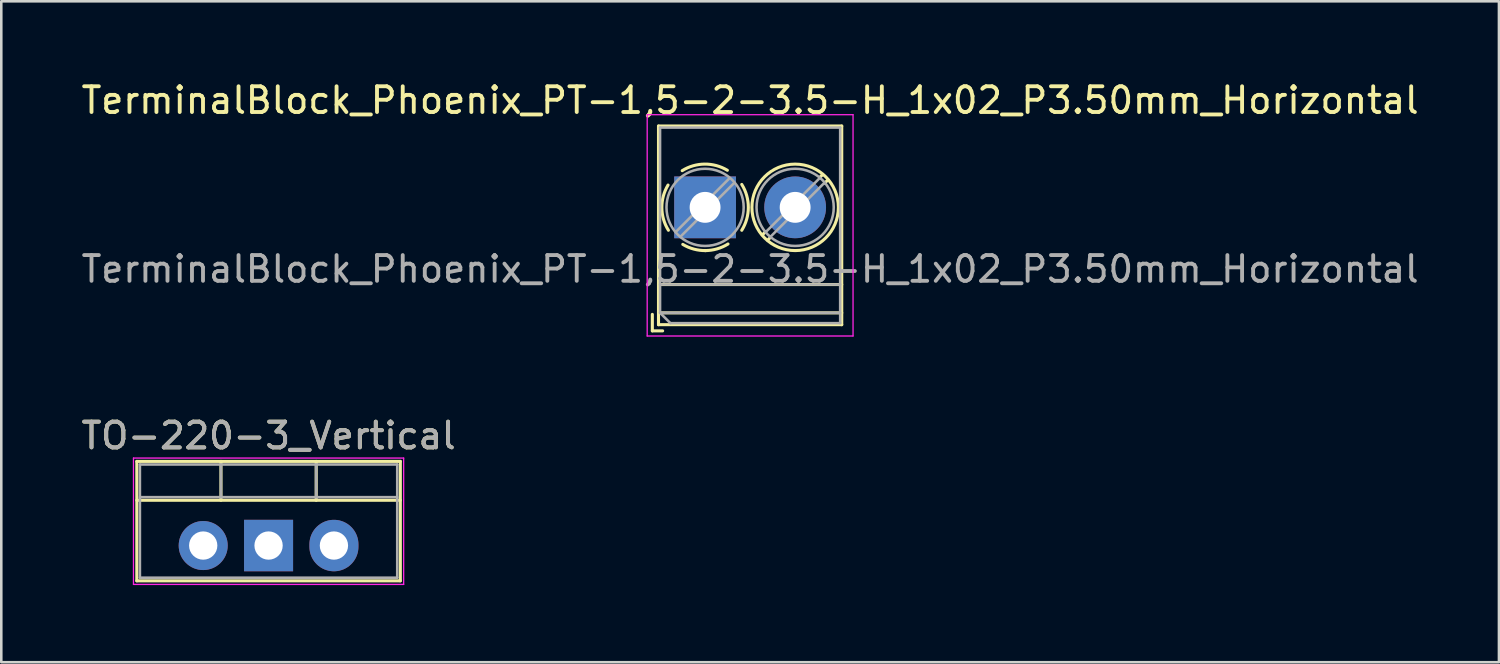
<source format=kicad_pcb>
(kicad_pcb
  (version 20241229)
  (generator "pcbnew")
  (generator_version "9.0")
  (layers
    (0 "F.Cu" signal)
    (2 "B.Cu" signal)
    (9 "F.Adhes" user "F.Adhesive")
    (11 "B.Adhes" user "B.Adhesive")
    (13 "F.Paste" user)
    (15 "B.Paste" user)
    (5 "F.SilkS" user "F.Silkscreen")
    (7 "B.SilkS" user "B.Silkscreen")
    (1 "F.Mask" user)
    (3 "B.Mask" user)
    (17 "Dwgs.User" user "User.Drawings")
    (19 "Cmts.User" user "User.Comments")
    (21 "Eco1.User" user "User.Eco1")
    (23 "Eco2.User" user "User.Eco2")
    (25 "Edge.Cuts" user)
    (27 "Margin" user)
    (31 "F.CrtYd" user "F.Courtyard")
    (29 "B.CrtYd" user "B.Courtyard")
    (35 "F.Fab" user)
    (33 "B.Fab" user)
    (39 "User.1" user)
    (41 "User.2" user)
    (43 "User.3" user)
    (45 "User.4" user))
  (footprint "TerminalBlock_Phoenix_PT-1,5-2-3.5-H_1x02_P3.50mm_Horizontal"
    (layer "F.Cu")
    (at 24.351 5.008)
    (property "Reference" "TerminalBlock_Phoenix_PT-1,5-2-3.5-H_1x02_P3.50mm_Horizontal" (at 1.75 -4.16 0) (layer "F.SilkS") (effects (font (size 1 1) (thickness 0.15))))
    (attr through_hole)
    (fp_line (start -2.05 4.16) (end -2.05 4.8) (stroke (width 0.12) (type solid)) (layer "F.SilkS"))
    (fp_line (start -2.05 4.8) (end -1.65 4.8) (stroke (width 0.12) (type solid)) (layer "F.SilkS"))
    (fp_line (start -1.81 -3.16) (end -1.81 4.56) (stroke (width 0.12) (type solid)) (layer "F.SilkS"))
    (fp_line (start -1.81 -3.16) (end 5.31 -3.16) (stroke (width 0.12) (type solid)) (layer "F.SilkS"))
    (fp_line (start -1.81 3) (end 5.31 3) (stroke (width 0.12) (type solid)) (layer "F.SilkS"))
    (fp_line (start -1.81 4.1) (end 5.31 4.1) (stroke (width 0.12) (type solid)) (layer "F.SilkS"))
    (fp_line (start -1.81 4.56) (end 5.31 4.56) (stroke (width 0.12) (type solid)) (layer "F.SilkS"))
    (fp_line (start 2.355 0.941) (end 2.226 1.069) (stroke (width 0.12) (type solid)) (layer "F.SilkS"))
    (fp_line (start 2.525 1.181) (end 2.431 1.274) (stroke (width 0.12) (type solid)) (layer "F.SilkS"))
    (fp_line (start 4.57 -1.275) (end 4.476 -1.181) (stroke (width 0.12) (type solid)) (layer "F.SilkS"))
    (fp_line (start 4.775 -1.069) (end 4.646 -0.941) (stroke (width 0.12) (type solid)) (layer "F.SilkS"))
    (fp_line (start 5.31 -3.16) (end 5.31 4.56) (stroke (width 0.12) (type solid)) (layer "F.SilkS"))
    (fp_arc (start -1.425358 0.889894) (mid -1.680286 0.014012) (end -1.44 -0.866) (stroke (width 0.12) (type solid)) (layer "F.SilkS"))
    (fp_arc (start -0.889894 -1.425358) (mid -0.014012 -1.680286) (end 0.866 -1.44) (stroke (width 0.12) (type solid)) (layer "F.SilkS"))
    (fp_arc (start 0.028674 1.680099) (mid -0.435535 1.622918) (end -0.866 1.44) (stroke (width 0.12) (type solid)) (layer "F.SilkS"))
    (fp_arc (start 0.890264 1.424721) (mid 0.463071 1.61492) (end 0 1.68) (stroke (width 0.12) (type solid)) (layer "F.SilkS"))
    (fp_arc (start 1.425504 -0.890193) (mid 1.680626 0.000476) (end 1.425 0.891) (stroke (width 0.12) (type solid)) (layer "F.SilkS"))
    (fp_circle (center 3.5 0) (end 5.18 0) (stroke (width 0.12) (type solid)) (fill no) (layer "F.SilkS"))
    (fp_line (start -2.25 -3.6) (end -2.25 5) (stroke (width 0.05) (type solid)) (layer "F.CrtYd"))
    (fp_line (start -2.25 5) (end 5.75 5) (stroke (width 0.05) (type solid)) (layer "F.CrtYd"))
    (fp_line (start 5.75 -3.6) (end -2.25 -3.6) (stroke (width 0.05) (type solid)) (layer "F.CrtYd"))
    (fp_line (start 5.75 5) (end 5.75 -3.6) (stroke (width 0.05) (type solid)) (layer "F.CrtYd"))
    (fp_line (start -1.75 -3.1) (end 5.25 -3.1) (stroke (width 0.1) (type solid)) (layer "F.Fab"))
    (fp_line (start -1.75 3) (end 5.25 3) (stroke (width 0.1) (type solid)) (layer "F.Fab"))
    (fp_line (start -1.75 4.1) (end -1.75 -3.1) (stroke (width 0.1) (type solid)) (layer "F.Fab"))
    (fp_line (start -1.75 4.1) (end 5.25 4.1) (stroke (width 0.1) (type solid)) (layer "F.Fab"))
    (fp_line (start -1.35 4.5) (end -1.75 4.1) (stroke (width 0.1) (type solid)) (layer "F.Fab"))
    (fp_line (start 0.955 -1.138) (end -1.138 0.955) (stroke (width 0.1) (type solid)) (layer "F.Fab"))
    (fp_line (start 1.138 -0.955) (end -0.955 1.138) (stroke (width 0.1) (type solid)) (layer "F.Fab"))
    (fp_line (start 4.455 -1.138) (end 2.363 0.955) (stroke (width 0.1) (type solid)) (layer "F.Fab"))
    (fp_line (start 4.638 -0.955) (end 2.546 1.138) (stroke (width 0.1) (type solid)) (layer "F.Fab"))
    (fp_line (start 5.25 -3.1) (end 5.25 4.5) (stroke (width 0.1) (type solid)) (layer "F.Fab"))
    (fp_line (start 5.25 4.5) (end -1.35 4.5) (stroke (width 0.1) (type solid)) (layer "F.Fab"))
    (fp_circle (center 0 0) (end 1.5 0) (stroke (width 0.1) (type solid)) (fill no) (layer "F.Fab"))
    (fp_circle (center 3.5 0) (end 5 0) (stroke (width 0.1) (type solid)) (fill no) (layer "F.Fab"))
    (fp_text user "${REFERENCE}" (at 1.75 2.4 0) (layer "F.Fab") (effects (font (size 1 1) (thickness 0.15))))
    (pad "1" thru_hole circle (at 3.5 0) (size 2.4 2.4) (drill 1.2) (layers "*.Cu" "*.Mask"))
    (pad "2" thru_hole rect (at 0 0) (size 2.4 2.4) (drill 1.2) (layers "*.Cu" "*.Mask")))
  (footprint "TO-220-3_Vertical"
    (layer "F.Cu")
    (at 4.847 18.151)
    (property "Reference" "TO-220-3_Vertical" (at 2.54 -4.27 0) (layer "F.SilkS") (effects (font (size 1 1) (thickness 0.15))))
    (attr through_hole)
    (fp_line (start -2.58 -3.27) (end -2.58 1.371) (stroke (width 0.12) (type solid)) (layer "F.SilkS"))
    (fp_line (start -2.58 -3.27) (end 7.66 -3.27) (stroke (width 0.12) (type solid)) (layer "F.SilkS"))
    (fp_line (start -2.58 -1.76) (end 7.66 -1.76) (stroke (width 0.12) (type solid)) (layer "F.SilkS"))
    (fp_line (start -2.58 1.371) (end 7.66 1.371) (stroke (width 0.12) (type solid)) (layer "F.SilkS"))
    (fp_line (start 0.69 -3.27) (end 0.69 -1.76) (stroke (width 0.12) (type solid)) (layer "F.SilkS"))
    (fp_line (start 4.391 -3.27) (end 4.391 -1.76) (stroke (width 0.12) (type solid)) (layer "F.SilkS"))
    (fp_line (start 7.66 -3.27) (end 7.66 1.371) (stroke (width 0.12) (type solid)) (layer "F.SilkS"))
    (fp_line (start -2.71 -3.4) (end -2.71 1.51) (stroke (width 0.05) (type solid)) (layer "F.CrtYd"))
    (fp_line (start -2.71 1.51) (end 7.79 1.51) (stroke (width 0.05) (type solid)) (layer "F.CrtYd"))
    (fp_line (start 7.79 -3.4) (end -2.71 -3.4) (stroke (width 0.05) (type solid)) (layer "F.CrtYd"))
    (fp_line (start 7.79 1.51) (end 7.79 -3.4) (stroke (width 0.05) (type solid)) (layer "F.CrtYd"))
    (fp_line (start -2.46 -3.15) (end -2.46 1.25) (stroke (width 0.1) (type solid)) (layer "F.Fab"))
    (fp_line (start -2.46 -1.88) (end 7.54 -1.88) (stroke (width 0.1) (type solid)) (layer "F.Fab"))
    (fp_line (start -2.46 1.25) (end 7.54 1.25) (stroke (width 0.1) (type solid)) (layer "F.Fab"))
    (fp_line (start 0.69 -3.15) (end 0.69 -1.88) (stroke (width 0.1) (type solid)) (layer "F.Fab"))
    (fp_line (start 4.39 -3.15) (end 4.39 -1.88) (stroke (width 0.1) (type solid)) (layer "F.Fab"))
    (fp_line (start 7.54 -3.15) (end -2.46 -3.15) (stroke (width 0.1) (type solid)) (layer "F.Fab"))
    (fp_line (start 7.54 1.25) (end 7.54 -3.15) (stroke (width 0.1) (type solid)) (layer "F.Fab"))
    (fp_text user "${REFERENCE}" (at 2.54 -4.27 0) (layer "F.Fab") (effects (font (size 1 1) (thickness 0.15))))
    (pad "1" thru_hole circle (at 0 0) (size 1.905 1.905) (drill 1.1) (layers "*.Cu" "*.Mask"))
    (pad "2" thru_hole rect (at 2.54 0) (size 1.905 2) (drill 1.1) (layers "*.Cu" "*.Mask"))
    (pad "3" thru_hole oval (at 5.08 0) (size 1.905 2) (drill 1.1) (layers "*.Cu" "*.Mask")))
  (gr_rect
    (start -3 -3)
    (end 55.202 22.686)
    (stroke (width 0.1) (type default))
    (fill no)
    (layer "Edge.Cuts")))
</source>
